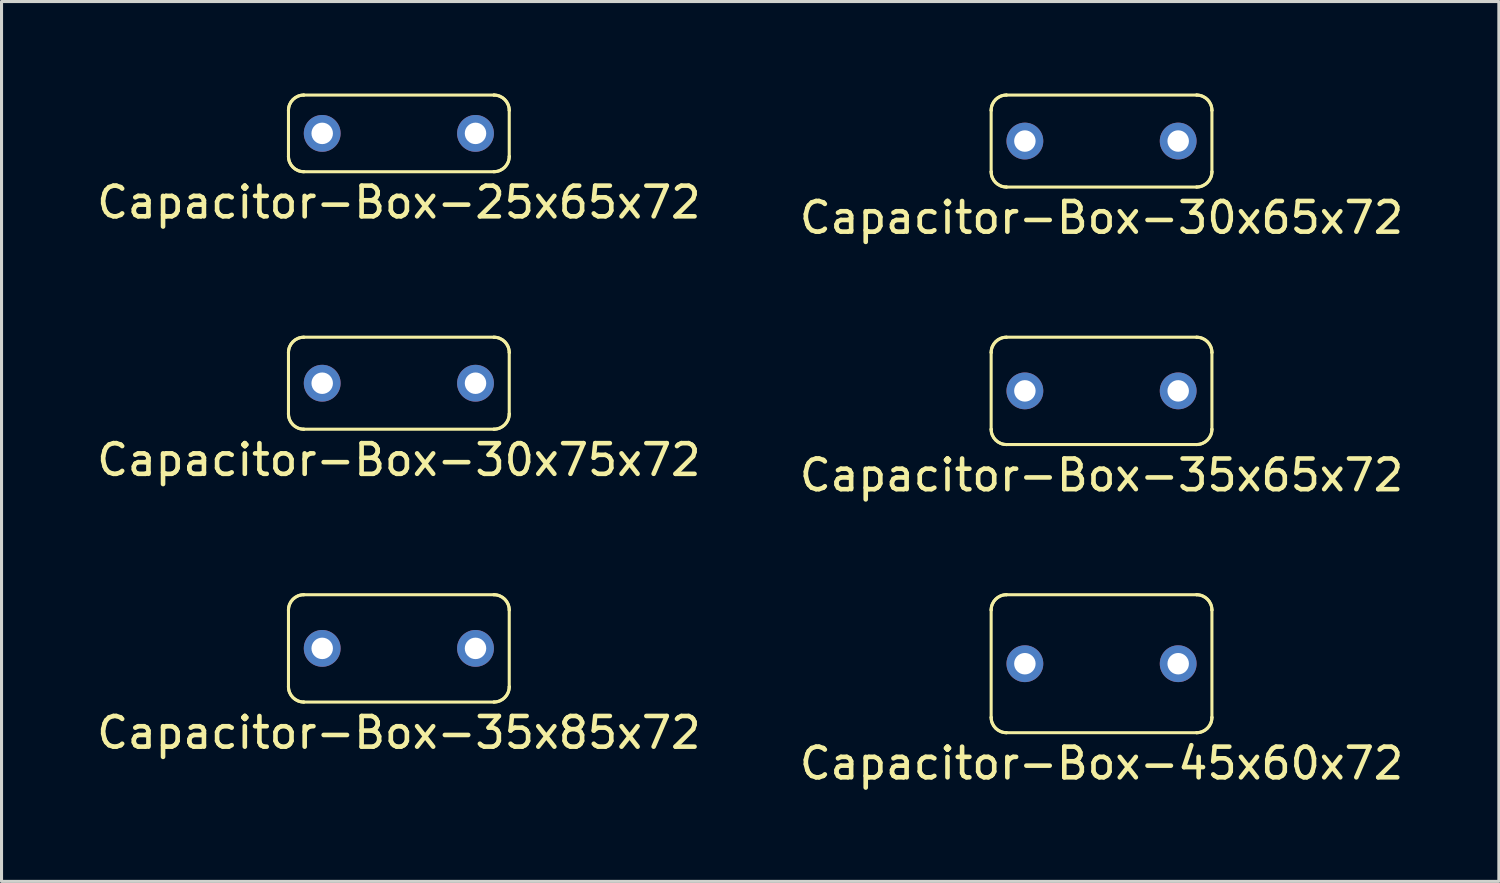
<source format=kicad_pcb>
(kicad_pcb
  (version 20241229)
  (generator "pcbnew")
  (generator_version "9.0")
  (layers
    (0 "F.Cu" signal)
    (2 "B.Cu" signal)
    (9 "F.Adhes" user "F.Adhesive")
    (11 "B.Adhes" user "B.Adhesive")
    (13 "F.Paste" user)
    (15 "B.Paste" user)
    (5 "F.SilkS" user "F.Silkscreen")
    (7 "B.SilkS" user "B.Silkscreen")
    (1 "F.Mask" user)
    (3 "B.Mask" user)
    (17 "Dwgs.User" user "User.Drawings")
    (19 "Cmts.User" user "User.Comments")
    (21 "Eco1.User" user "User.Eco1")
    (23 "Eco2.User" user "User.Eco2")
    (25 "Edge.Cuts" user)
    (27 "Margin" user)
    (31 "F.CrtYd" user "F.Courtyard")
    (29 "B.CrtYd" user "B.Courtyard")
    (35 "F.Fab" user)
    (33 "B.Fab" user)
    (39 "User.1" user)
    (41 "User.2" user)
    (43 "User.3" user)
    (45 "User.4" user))
  (footprint "Capacitor-Box-30x65x72"
    (layer "F.Cu")
    (at 32.875 1.55)
    (property "Reference" "Capacitor-Box-30x65x72" (at 0 2.5 0) (layer "F.SilkS") (effects (font (size 1 1) (thickness 0.15))))
    (attr through_hole)
    (fp_line (start -3.6 1) (end -3.6 -1) (stroke (width 0.1) (type solid)) (layer "F.SilkS"))
    (fp_line (start -3.1 -1.5) (end 3.1 -1.5) (stroke (width 0.1) (type solid)) (layer "F.SilkS"))
    (fp_line (start 3.1 1.5) (end -3.1 1.5) (stroke (width 0.1) (type solid)) (layer "F.SilkS"))
    (fp_line (start 3.6 -1) (end 3.6 1) (stroke (width 0.1) (type solid)) (layer "F.SilkS"))
    (fp_arc (start -3.6 -1) (mid -3.453553 -1.353553) (end -3.1 -1.5) (stroke (width 0.1) (type solid)) (layer "F.SilkS"))
    (fp_arc (start -3.6 -1) (mid -3.453553 -1.353553) (end -3.1 -1.5) (stroke (width 0.1) (type solid)) (layer "F.SilkS"))
    (fp_arc (start -3.1 1.5) (mid -3.453553 1.353553) (end -3.6 1) (stroke (width 0.1) (type solid)) (layer "F.SilkS"))
    (fp_arc (start -3.1 1.5) (mid -3.453553 1.353553) (end -3.6 1) (stroke (width 0.1) (type solid)) (layer "F.SilkS"))
    (fp_arc (start 3.1 -1.5) (mid 3.453553 -1.353553) (end 3.6 -1) (stroke (width 0.1) (type solid)) (layer "F.SilkS"))
    (fp_arc (start 3.1 -1.5) (mid 3.453553 -1.353553) (end 3.6 -1) (stroke (width 0.1) (type solid)) (layer "F.SilkS"))
    (fp_arc (start 3.6 1) (mid 3.453553 1.353553) (end 3.1 1.5) (stroke (width 0.1) (type solid)) (layer "F.SilkS"))
    (fp_arc (start 3.6 1) (mid 3.453553 1.353553) (end 3.1 1.5) (stroke (width 0.1) (type solid)) (layer "F.SilkS"))
    (pad "1" thru_hole circle (at -2.5 0) (size 1.2 1.2) (drill 0.7) (layers "*.Cu" "*.Mask"))
    (pad "2" thru_hole circle (at 2.5 0) (size 1.2 1.2) (drill 0.7) (layers "*.Cu" "*.Mask")))
  (footprint "Capacitor-Box-35x65x72"
    (layer "F.Cu")
    (at 32.875 9.698)
    (property "Reference" "Capacitor-Box-35x65x72" (at 0 2.75 0) (layer "F.SilkS") (effects (font (size 1 1) (thickness 0.15))))
    (attr through_hole)
    (fp_line (start -3.6 1.25) (end -3.6 -1.25) (stroke (width 0.1) (type solid)) (layer "F.SilkS"))
    (fp_line (start -3.1 -1.75) (end 3.1 -1.75) (stroke (width 0.1) (type solid)) (layer "F.SilkS"))
    (fp_line (start 3.1 1.75) (end -3.1 1.75) (stroke (width 0.1) (type solid)) (layer "F.SilkS"))
    (fp_line (start 3.6 -1.25) (end 3.6 1.25) (stroke (width 0.1) (type solid)) (layer "F.SilkS"))
    (fp_arc (start -3.6 -1.25) (mid -3.453553 -1.603553) (end -3.1 -1.75) (stroke (width 0.1) (type solid)) (layer "F.SilkS"))
    (fp_arc (start -3.6 -1.25) (mid -3.453553 -1.603553) (end -3.1 -1.75) (stroke (width 0.1) (type solid)) (layer "F.SilkS"))
    (fp_arc (start -3.1 1.75) (mid -3.453553 1.603553) (end -3.6 1.25) (stroke (width 0.1) (type solid)) (layer "F.SilkS"))
    (fp_arc (start -3.1 1.75) (mid -3.453553 1.603553) (end -3.6 1.25) (stroke (width 0.1) (type solid)) (layer "F.SilkS"))
    (fp_arc (start 3.1 -1.75) (mid 3.453553 -1.603553) (end 3.6 -1.25) (stroke (width 0.1) (type solid)) (layer "F.SilkS"))
    (fp_arc (start 3.1 -1.75) (mid 3.453553 -1.603553) (end 3.6 -1.25) (stroke (width 0.1) (type solid)) (layer "F.SilkS"))
    (fp_arc (start 3.6 1.25) (mid 3.453553 1.603553) (end 3.1 1.75) (stroke (width 0.1) (type solid)) (layer "F.SilkS"))
    (fp_arc (start 3.6 1.25) (mid 3.453553 1.603553) (end 3.1 1.75) (stroke (width 0.1) (type solid)) (layer "F.SilkS"))
    (pad "1" thru_hole circle (at -2.5 0) (size 1.2 1.2) (drill 0.7) (layers "*.Cu" "*.Mask"))
    (pad "2" thru_hole circle (at 2.5 0) (size 1.2 1.2) (drill 0.7) (layers "*.Cu" "*.Mask")))
  (footprint "Capacitor-Box-35x85x72"
    (layer "F.Cu")
    (at 9.958 18.096)
    (property "Reference" "Capacitor-Box-35x85x72" (at 0 2.75 0) (layer "F.SilkS") (effects (font (size 1 1) (thickness 0.15))))
    (attr through_hole)
    (fp_line (start -3.6 1.25) (end -3.6 -1.25) (stroke (width 0.1) (type solid)) (layer "F.SilkS"))
    (fp_line (start -3.1 -1.75) (end 3.1 -1.75) (stroke (width 0.1) (type solid)) (layer "F.SilkS"))
    (fp_line (start 3.1 1.75) (end -3.1 1.75) (stroke (width 0.1) (type solid)) (layer "F.SilkS"))
    (fp_line (start 3.6 -1.25) (end 3.6 1.25) (stroke (width 0.1) (type solid)) (layer "F.SilkS"))
    (fp_arc (start -3.6 -1.25) (mid -3.453553 -1.603553) (end -3.1 -1.75) (stroke (width 0.1) (type solid)) (layer "F.SilkS"))
    (fp_arc (start -3.6 -1.25) (mid -3.453553 -1.603553) (end -3.1 -1.75) (stroke (width 0.1) (type solid)) (layer "F.SilkS"))
    (fp_arc (start -3.1 1.75) (mid -3.453553 1.603553) (end -3.6 1.25) (stroke (width 0.1) (type solid)) (layer "F.SilkS"))
    (fp_arc (start -3.1 1.75) (mid -3.453553 1.603553) (end -3.6 1.25) (stroke (width 0.1) (type solid)) (layer "F.SilkS"))
    (fp_arc (start 3.1 -1.75) (mid 3.453553 -1.603553) (end 3.6 -1.25) (stroke (width 0.1) (type solid)) (layer "F.SilkS"))
    (fp_arc (start 3.1 -1.75) (mid 3.453553 -1.603553) (end 3.6 -1.25) (stroke (width 0.1) (type solid)) (layer "F.SilkS"))
    (fp_arc (start 3.6 1.25) (mid 3.453553 1.603553) (end 3.1 1.75) (stroke (width 0.1) (type solid)) (layer "F.SilkS"))
    (fp_arc (start 3.6 1.25) (mid 3.453553 1.603553) (end 3.1 1.75) (stroke (width 0.1) (type solid)) (layer "F.SilkS"))
    (pad "1" thru_hole circle (at -2.5 0) (size 1.2 1.2) (drill 0.7) (layers "*.Cu" "*.Mask"))
    (pad "2" thru_hole circle (at 2.5 0) (size 1.2 1.2) (drill 0.7) (layers "*.Cu" "*.Mask")))
  (footprint "Capacitor-Box-45x60x72"
    (layer "F.Cu")
    (at 32.875 18.596)
    (property "Reference" "Capacitor-Box-45x60x72" (at 0 3.25 0) (layer "F.SilkS") (effects (font (size 1 1) (thickness 0.15))))
    (attr through_hole)
    (fp_line (start -3.6 1.75) (end -3.6 -1.75) (stroke (width 0.1) (type solid)) (layer "F.SilkS"))
    (fp_line (start -3.1 -2.25) (end 3.1 -2.25) (stroke (width 0.1) (type solid)) (layer "F.SilkS"))
    (fp_line (start 3.1 2.25) (end -3.1 2.25) (stroke (width 0.1) (type solid)) (layer "F.SilkS"))
    (fp_line (start 3.6 -1.75) (end 3.6 1.75) (stroke (width 0.1) (type solid)) (layer "F.SilkS"))
    (fp_arc (start -3.6 -1.75) (mid -3.453553 -2.103553) (end -3.1 -2.25) (stroke (width 0.1) (type solid)) (layer "F.SilkS"))
    (fp_arc (start -3.6 -1.75) (mid -3.453553 -2.103553) (end -3.1 -2.25) (stroke (width 0.1) (type solid)) (layer "F.SilkS"))
    (fp_arc (start -3.1 2.25) (mid -3.453553 2.103553) (end -3.6 1.75) (stroke (width 0.1) (type solid)) (layer "F.SilkS"))
    (fp_arc (start -3.1 2.25) (mid -3.453553 2.103553) (end -3.6 1.75) (stroke (width 0.1) (type solid)) (layer "F.SilkS"))
    (fp_arc (start 3.1 -2.25) (mid 3.453553 -2.103553) (end 3.6 -1.75) (stroke (width 0.1) (type solid)) (layer "F.SilkS"))
    (fp_arc (start 3.1 -2.25) (mid 3.453553 -2.103553) (end 3.6 -1.75) (stroke (width 0.1) (type solid)) (layer "F.SilkS"))
    (fp_arc (start 3.6 1.75) (mid 3.453553 2.103553) (end 3.1 2.25) (stroke (width 0.1) (type solid)) (layer "F.SilkS"))
    (fp_arc (start 3.6 1.75) (mid 3.453553 2.103553) (end 3.1 2.25) (stroke (width 0.1) (type solid)) (layer "F.SilkS"))
    (pad "1" thru_hole circle (at -2.5 0) (size 1.2 1.2) (drill 0.7) (layers "*.Cu" "*.Mask"))
    (pad "2" thru_hole circle (at 2.5 0) (size 1.2 1.2) (drill 0.7) (layers "*.Cu" "*.Mask")))
  (footprint "Capacitor-Box-30x75x72"
    (layer "F.Cu")
    (at 9.958 9.448)
    (property "Reference" "Capacitor-Box-30x75x72" (at 0 2.5 0) (layer "F.SilkS") (effects (font (size 1 1) (thickness 0.15))))
    (attr through_hole)
    (fp_line (start -3.6 1) (end -3.6 -1) (stroke (width 0.1) (type solid)) (layer "F.SilkS"))
    (fp_line (start -3.1 -1.5) (end 3.1 -1.5) (stroke (width 0.1) (type solid)) (layer "F.SilkS"))
    (fp_line (start 3.1 1.5) (end -3.1 1.5) (stroke (width 0.1) (type solid)) (layer "F.SilkS"))
    (fp_line (start 3.6 -1) (end 3.6 1) (stroke (width 0.1) (type solid)) (layer "F.SilkS"))
    (fp_arc (start -3.6 -1) (mid -3.453553 -1.353553) (end -3.1 -1.5) (stroke (width 0.1) (type solid)) (layer "F.SilkS"))
    (fp_arc (start -3.6 -1) (mid -3.453553 -1.353553) (end -3.1 -1.5) (stroke (width 0.1) (type solid)) (layer "F.SilkS"))
    (fp_arc (start -3.1 1.5) (mid -3.453553 1.353553) (end -3.6 1) (stroke (width 0.1) (type solid)) (layer "F.SilkS"))
    (fp_arc (start -3.1 1.5) (mid -3.453553 1.353553) (end -3.6 1) (stroke (width 0.1) (type solid)) (layer "F.SilkS"))
    (fp_arc (start 3.1 -1.5) (mid 3.453553 -1.353553) (end 3.6 -1) (stroke (width 0.1) (type solid)) (layer "F.SilkS"))
    (fp_arc (start 3.1 -1.5) (mid 3.453553 -1.353553) (end 3.6 -1) (stroke (width 0.1) (type solid)) (layer "F.SilkS"))
    (fp_arc (start 3.6 1) (mid 3.453553 1.353553) (end 3.1 1.5) (stroke (width 0.1) (type solid)) (layer "F.SilkS"))
    (fp_arc (start 3.6 1) (mid 3.453553 1.353553) (end 3.1 1.5) (stroke (width 0.1) (type solid)) (layer "F.SilkS"))
    (pad "1" thru_hole circle (at -2.5 0) (size 1.2 1.2) (drill 0.7) (layers "*.Cu" "*.Mask"))
    (pad "2" thru_hole circle (at 2.5 0) (size 1.2 1.2) (drill 0.7) (layers "*.Cu" "*.Mask")))
  (footprint "Capacitor-Box-25x65x72"
    (layer "F.Cu")
    (at 9.958 1.3)
    (property "Reference" "Capacitor-Box-25x65x72" (at 0 2.25 0) (layer "F.SilkS") (effects (font (size 1 1) (thickness 0.15))))
    (attr through_hole)
    (fp_line (start -3.6 0.75) (end -3.6 -0.75) (stroke (width 0.1) (type solid)) (layer "F.SilkS"))
    (fp_line (start -3.1 -1.25) (end 3.1 -1.25) (stroke (width 0.1) (type solid)) (layer "F.SilkS"))
    (fp_line (start 3.1 1.25) (end -3.1 1.25) (stroke (width 0.1) (type solid)) (layer "F.SilkS"))
    (fp_line (start 3.6 -0.75) (end 3.6 0.75) (stroke (width 0.1) (type solid)) (layer "F.SilkS"))
    (fp_arc (start -3.6 -0.75) (mid -3.453553 -1.103553) (end -3.1 -1.25) (stroke (width 0.1) (type solid)) (layer "F.SilkS"))
    (fp_arc (start -3.6 -0.75) (mid -3.453553 -1.103553) (end -3.1 -1.25) (stroke (width 0.1) (type solid)) (layer "F.SilkS"))
    (fp_arc (start -3.1 1.25) (mid -3.453553 1.103553) (end -3.6 0.75) (stroke (width 0.1) (type solid)) (layer "F.SilkS"))
    (fp_arc (start -3.1 1.25) (mid -3.453553 1.103553) (end -3.6 0.75) (stroke (width 0.1) (type solid)) (layer "F.SilkS"))
    (fp_arc (start 3.1 -1.25) (mid 3.453553 -1.103553) (end 3.6 -0.75) (stroke (width 0.1) (type solid)) (layer "F.SilkS"))
    (fp_arc (start 3.1 -1.25) (mid 3.453553 -1.103553) (end 3.6 -0.75) (stroke (width 0.1) (type solid)) (layer "F.SilkS"))
    (fp_arc (start 3.6 0.75) (mid 3.453553 1.103553) (end 3.1 1.25) (stroke (width 0.1) (type solid)) (layer "F.SilkS"))
    (fp_arc (start 3.6 0.75) (mid 3.453553 1.103553) (end 3.1 1.25) (stroke (width 0.1) (type solid)) (layer "F.SilkS"))
    (pad "1" thru_hole circle (at -2.5 0) (size 1.2 1.2) (drill 0.7) (layers "*.Cu" "*.Mask"))
    (pad "2" thru_hole circle (at 2.5 0) (size 1.2 1.2) (drill 0.7) (layers "*.Cu" "*.Mask")))
  (gr_rect
    (start -3 -3)
    (end 45.833 25.695)
    (stroke (width 0.1) (type default))
    (fill no)
    (layer "Edge.Cuts")))
</source>
